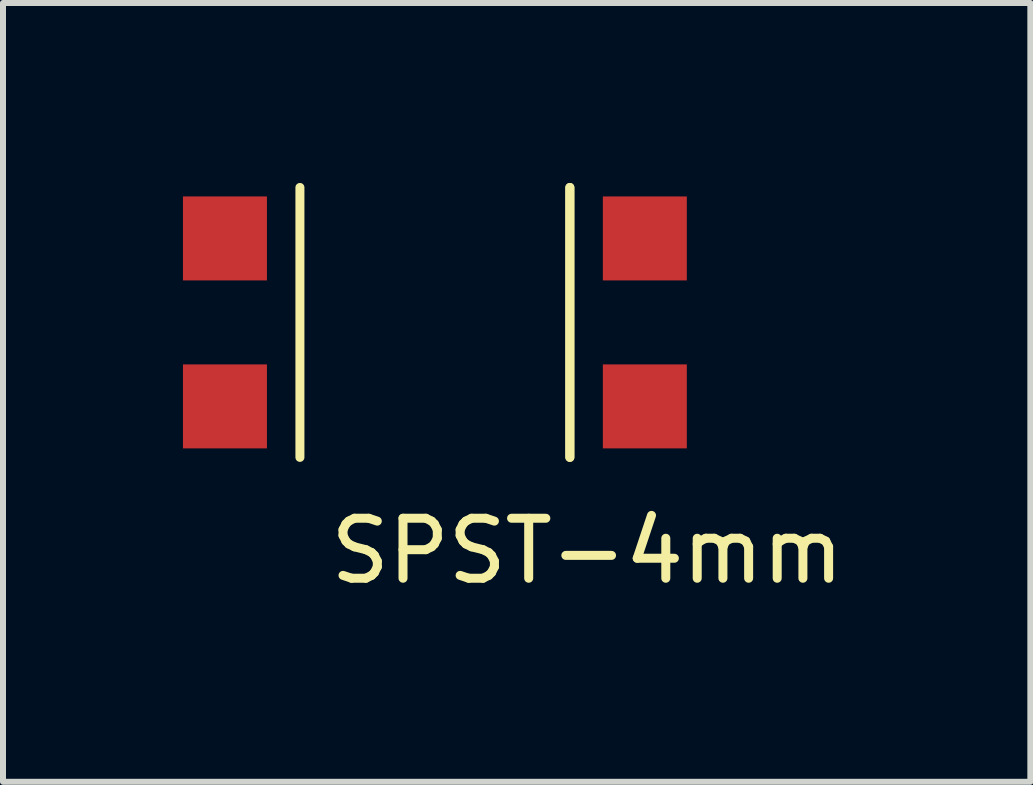
<source format=kicad_pcb>
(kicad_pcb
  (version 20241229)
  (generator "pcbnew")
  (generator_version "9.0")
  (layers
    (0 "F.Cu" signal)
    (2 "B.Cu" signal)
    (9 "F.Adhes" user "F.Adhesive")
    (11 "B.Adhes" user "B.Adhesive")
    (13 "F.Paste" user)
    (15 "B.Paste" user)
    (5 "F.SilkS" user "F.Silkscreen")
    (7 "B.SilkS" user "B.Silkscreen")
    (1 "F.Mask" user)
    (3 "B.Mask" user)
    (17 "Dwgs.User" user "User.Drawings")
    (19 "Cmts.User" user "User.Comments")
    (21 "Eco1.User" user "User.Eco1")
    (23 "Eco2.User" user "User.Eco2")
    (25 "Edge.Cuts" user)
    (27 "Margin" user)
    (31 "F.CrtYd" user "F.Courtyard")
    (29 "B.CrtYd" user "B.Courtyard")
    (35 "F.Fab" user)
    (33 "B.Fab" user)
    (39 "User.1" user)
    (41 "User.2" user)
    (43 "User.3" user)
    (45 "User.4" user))
  (footprint "SPST-4mm"
    (layer "F.Cu")
    (at 4.2 2.325)
    (property "Reference" "SPST-4mm" (at 2.54 3.81 0) (layer "F.SilkS") (effects (font (size 1 1) (thickness 0.15))))
    (attr through_hole)
    (fp_line (start -2.25 -2.25) (end -2.25 2.25) (stroke (width 0.15) (type solid)) (layer "F.SilkS"))
    (fp_line (start 2.25 -2.25) (end 2.25 2.25) (stroke (width 0.15) (type solid)) (layer "F.SilkS"))
    (fp_line (start 2.25 -2.25) (end 2.25 2.25) (stroke (width 0.15) (type solid)) (layer "F.SilkS"))
    (pad "1" smd rect (at -3.5 1.4) (size 1.4 1.4) (layers "F.Cu" "F.Mask" "F.Paste"))
    (pad "2" smd rect (at 3.5 1.4) (size 1.4 1.4) (layers "F.Cu" "F.Mask" "F.Paste"))
    (pad "3" smd rect (at -3.5 -1.4) (size 1.4 1.4) (layers "F.Cu" "F.Mask" "F.Paste"))
    (pad "4" smd rect (at 3.5 -1.4) (size 1.4 1.4) (layers "F.Cu" "F.Mask" "F.Paste")))
  (gr_rect
    (start -3 -3)
    (end 14.127 9.983)
    (stroke (width 0.1) (type default))
    (fill no)
    (layer "Edge.Cuts")))
</source>
